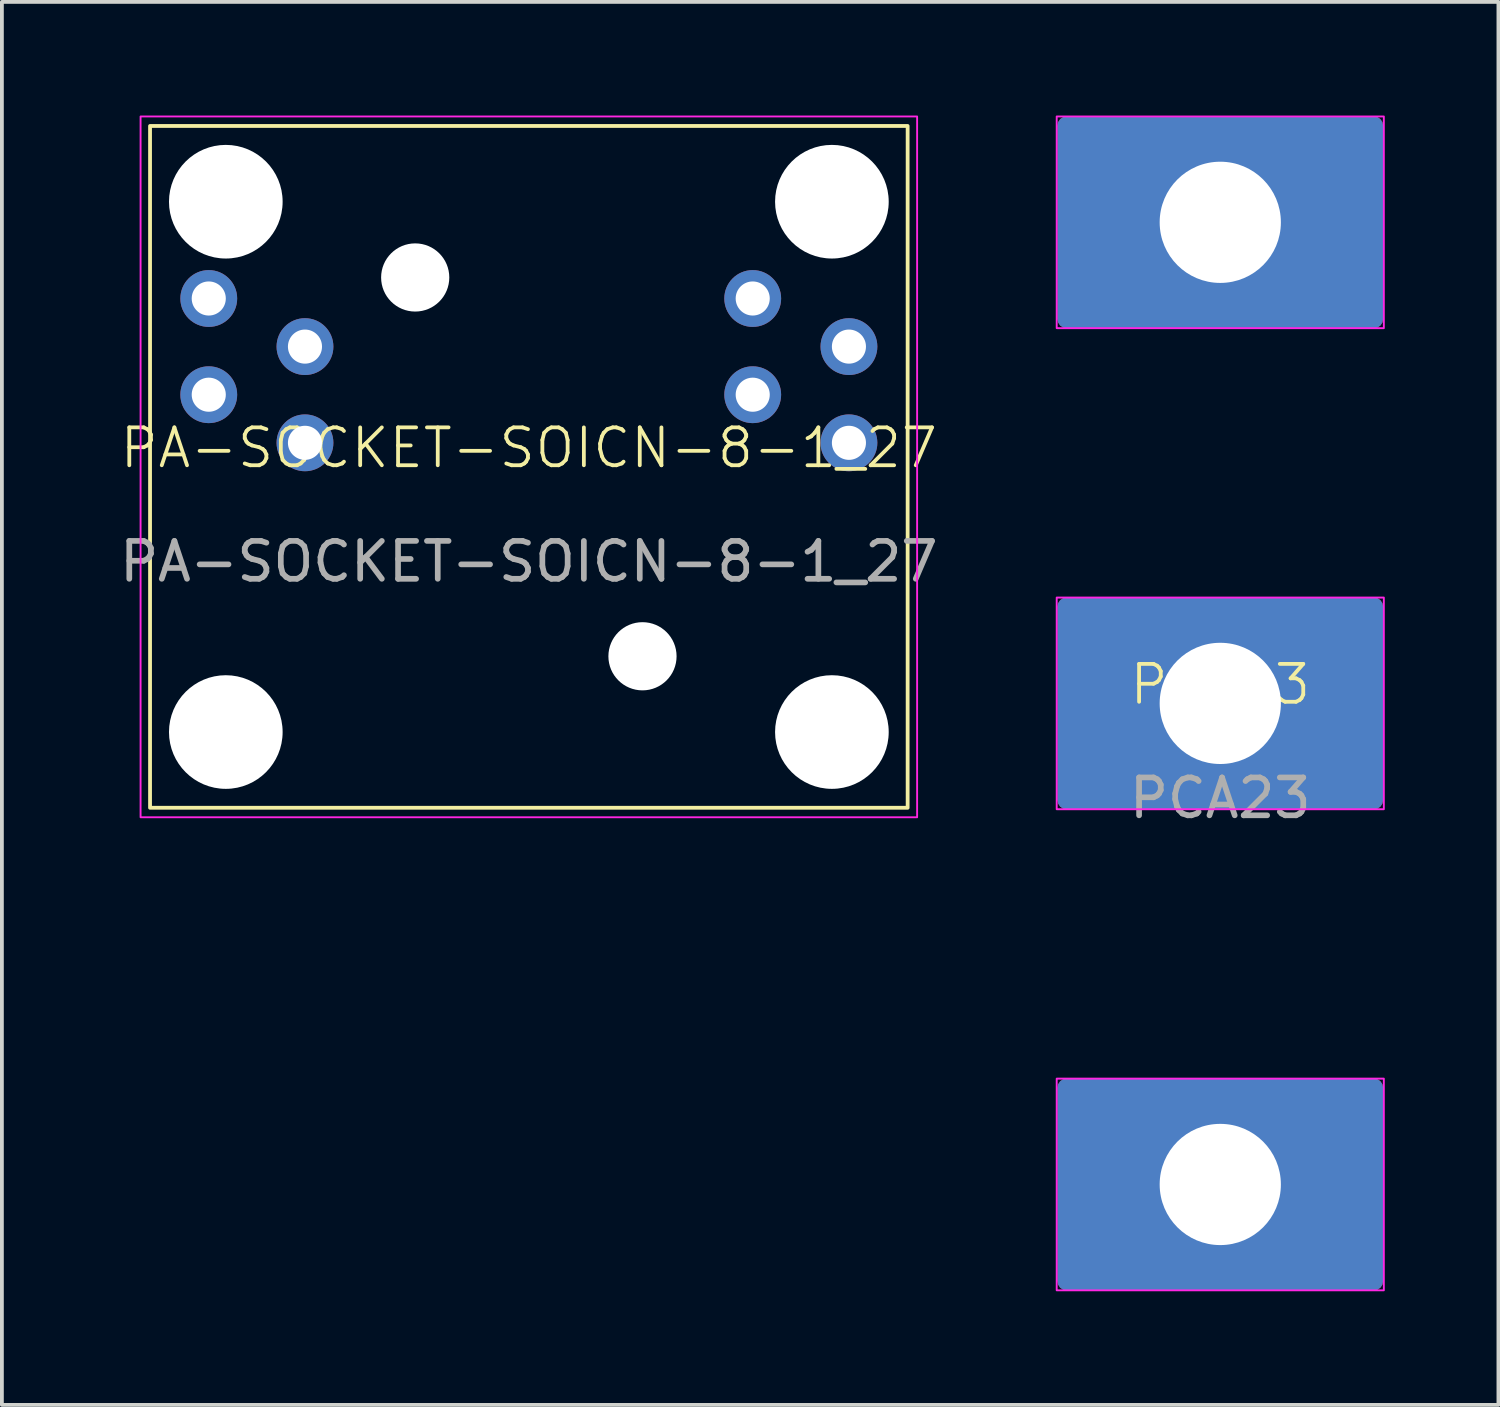
<source format=kicad_pcb>
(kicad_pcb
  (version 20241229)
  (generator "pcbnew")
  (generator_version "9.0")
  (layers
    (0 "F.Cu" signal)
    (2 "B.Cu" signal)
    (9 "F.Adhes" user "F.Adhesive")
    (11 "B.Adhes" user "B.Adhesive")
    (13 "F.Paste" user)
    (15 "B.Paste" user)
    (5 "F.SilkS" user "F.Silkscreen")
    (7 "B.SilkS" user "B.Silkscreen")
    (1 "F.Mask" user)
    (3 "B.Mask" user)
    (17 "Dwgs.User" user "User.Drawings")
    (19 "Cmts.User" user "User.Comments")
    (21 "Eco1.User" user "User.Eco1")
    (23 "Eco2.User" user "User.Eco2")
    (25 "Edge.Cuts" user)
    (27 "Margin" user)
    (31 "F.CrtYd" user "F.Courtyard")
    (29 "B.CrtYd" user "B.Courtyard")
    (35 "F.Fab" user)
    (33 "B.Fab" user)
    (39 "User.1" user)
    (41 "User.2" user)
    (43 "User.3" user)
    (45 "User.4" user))
  (footprint "PA-SOCKET-SOICN-8-1_27"
    (layer "F.Cu")
    (at 10.911 9.275)
    (property "Reference" "PA-SOCKET-SOICN-8-1_27" (at 0 -0.5 0) (unlocked yes) (layer "F.SilkS") (effects (font (size 1 1) (thickness 0.1))))
    (attr through_hole)
    (fp_rect (start -10 -9) (end 10 9) (stroke (width 0.1) (type default)) (fill no) (layer "F.SilkS"))
    (fp_rect (start -10.25 -9.25) (end 10.25 9.25) (stroke (width 0.05) (type default)) (fill no) (layer "F.CrtYd"))
    (fp_text user "${REFERENCE}" (at 0 2.5 0) (unlocked yes) (layer "F.Fab") (effects (font (size 1 1) (thickness 0.15))))
    (pad "" np_thru_hole circle (at -8 -7) (size 3 3) (drill 3) (layers "*.Cu" "*.Mask"))
    (pad "" np_thru_hole circle (at -8 7) (size 3 3) (drill 3) (layers "*.Cu" "*.Mask"))
    (pad "" np_thru_hole circle (at -3 -5) (size 1.8 1.8) (drill 1.8) (layers "*.Cu" "*.Mask"))
    (pad "" np_thru_hole circle (at 3 5) (size 1.8 1.8) (drill 1.8) (layers "*.Cu" "*.Mask"))
    (pad "" np_thru_hole circle (at 8 -7) (size 3 3) (drill 3) (layers "*.Cu" "*.Mask"))
    (pad "" np_thru_hole circle (at 8 7) (size 3 3) (drill 3) (layers "*.Cu" "*.Mask"))
    (pad "1" thru_hole circle (at -8.45 -4.445) (size 1.5 1.5) (drill 0.9) (layers "*.Cu" "*.Mask"))
    (pad "2" thru_hole circle (at -5.91 -3.175) (size 1.5 1.5) (drill 0.9) (layers "*.Cu" "*.Mask"))
    (pad "3" thru_hole circle (at -8.45 -1.905) (size 1.5 1.5) (drill 0.9) (layers "*.Cu" "*.Mask"))
    (pad "4" thru_hole circle (at -5.91 -0.635) (size 1.5 1.5) (drill 0.9) (layers "*.Cu" "*.Mask"))
    (pad "5" thru_hole circle (at 8.45 -0.635) (size 1.5 1.5) (drill 0.9) (layers "*.Cu" "*.Mask"))
    (pad "6" thru_hole circle (at 5.91 -1.905) (size 1.5 1.5) (drill 0.9) (layers "*.Cu" "*.Mask"))
    (pad "7" thru_hole circle (at 8.45 -3.175) (size 1.5 1.5) (drill 0.9) (layers "*.Cu" "*.Mask"))
    (pad "8" thru_hole circle (at 5.91 -4.445) (size 1.5 1.5) (drill 0.9) (layers "*.Cu" "*.Mask")))
  (footprint "PCA23"
    (layer "F.Cu")
    (at 29.164 15.519)
    (property "Reference" "PCA23" (at 0 -0.5 0) (unlocked yes) (layer "F.SilkS") (effects (font (size 1 1) (thickness 0.1))))
    (attr through_hole)
    (fp_rect (start -4.318 -15.494) (end 4.318 -9.906) (stroke (width 0.05) (type default)) (fill no) (layer "F.CrtYd"))
    (fp_rect (start -4.318 -2.794) (end 4.318 2.794) (stroke (width 0.05) (type default)) (fill no) (layer "F.CrtYd"))
    (fp_rect (start -4.318 9.906) (end 4.318 15.494) (stroke (width 0.05) (type default)) (fill no) (layer "F.CrtYd"))
    (fp_text user "${REFERENCE}" (at 0 2.5 0) (unlocked yes) (layer "F.Fab") (effects (font (size 1 1) (thickness 0.15))))
    (pad "1" thru_hole roundrect (at 0 -12.7) (size 8.6 5.6) (drill 3.2) (layers "*.Cu" "*.Mask") (roundrect_rratio 0.045))
    (pad "2" thru_hole roundrect (at 0 0) (size 8.6 5.6) (drill 3.2) (layers "*.Cu" "*.Mask") (roundrect_rratio 0.045))
    (pad "3" thru_hole roundrect (at 0 12.7) (size 8.6 5.6) (drill 3.2) (layers "*.Cu" "*.Mask") (roundrect_rratio 0.045)))
  (gr_rect
    (start -3 -3)
    (end 36.507 34.038)
    (stroke (width 0.1) (type default))
    (fill no)
    (layer "Edge.Cuts")))
</source>
